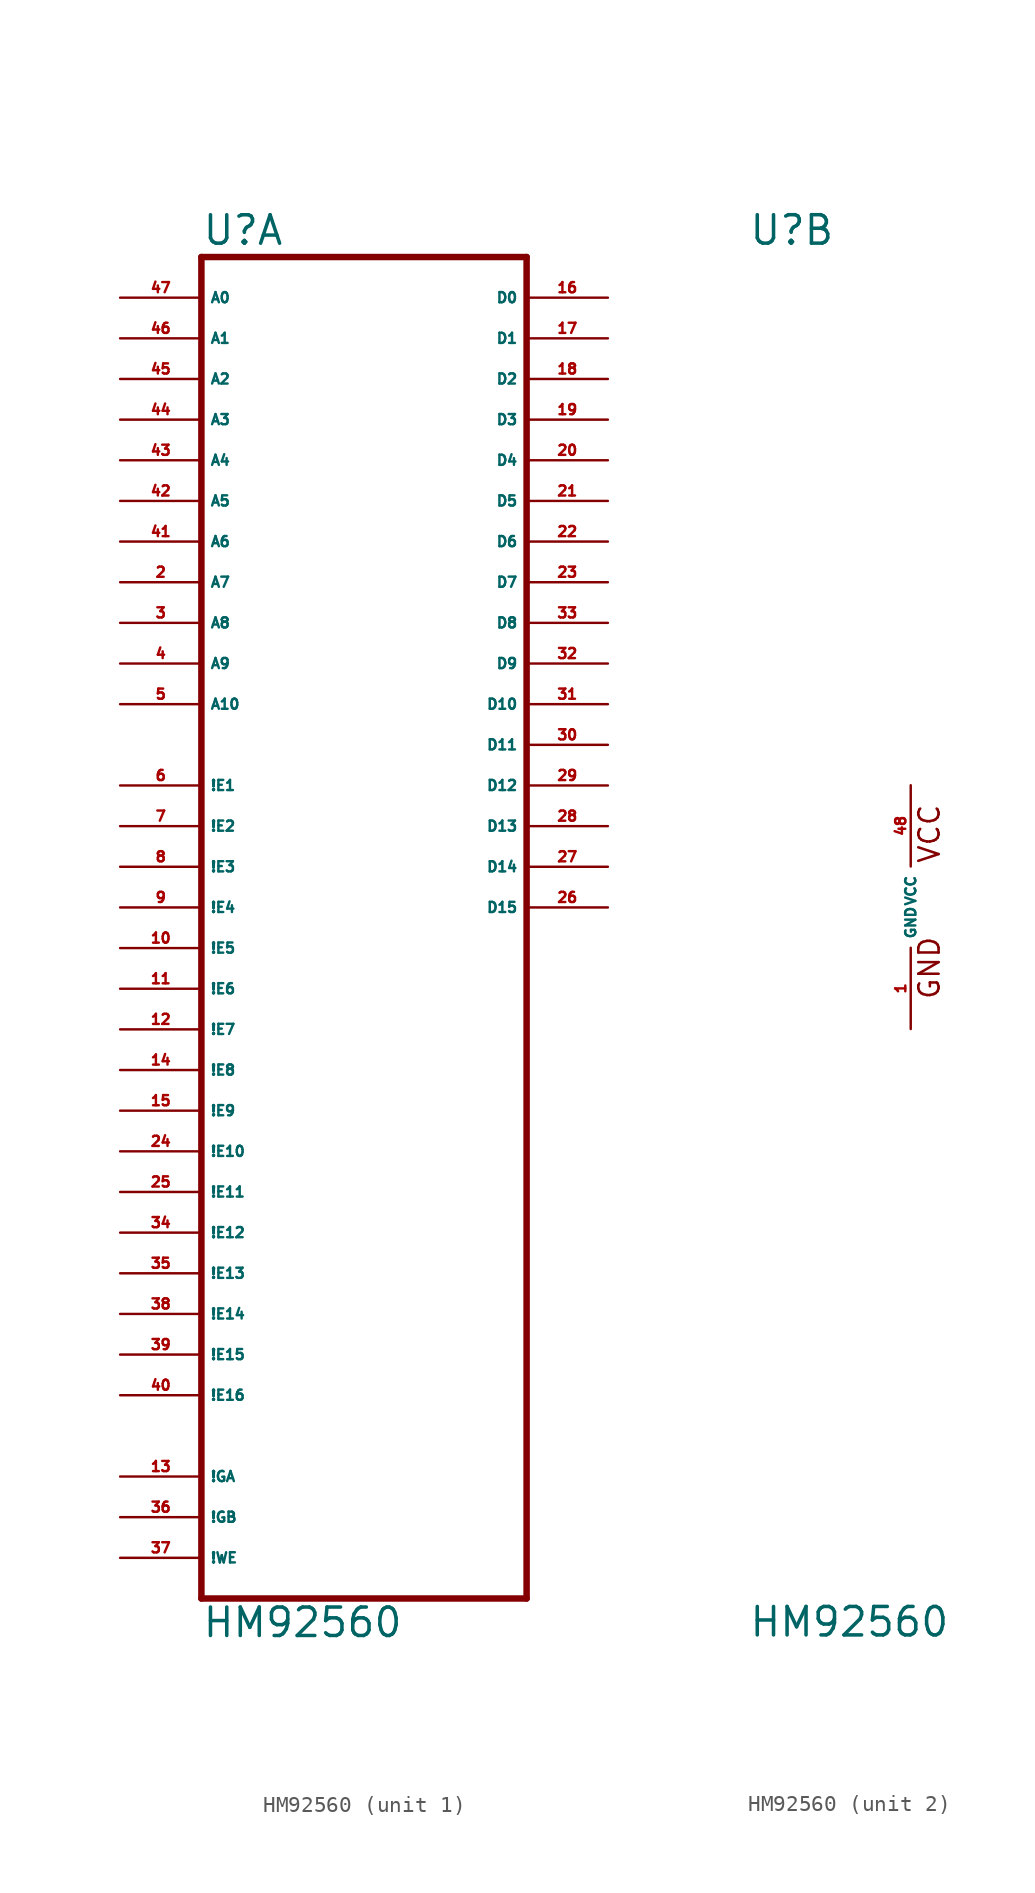
<source format=kicad_sym>
(kicad_symbol_lib
  (version 20220914)
  (generator Eagle2Kicad)
  (symbol "HM92560"
    (property "Reference" "U"
      (at -10.16 41.275 0)
      (effects (font (size 1.778 1.778) (thickness 0.22)) (justify left bottom)))
    (property "Value" "HM92560"
      (at -10.16 -45.72 0)
      (effects (font (size 1.778 1.778) (thickness 0.22)) (justify left bottom)))
    (symbol "HM92560_1_0"
      (polyline (pts (xy -10.16 -43.18) (xy 10.16 -43.18)) (stroke (width 0.406) (type default)) (fill (type none)))
      (polyline (pts (xy 10.16 -43.18) (xy 10.16 40.64)) (stroke (width 0.406) (type default)) (fill (type none)))
      (polyline (pts (xy 10.16 40.64) (xy -10.16 40.64)) (stroke (width 0.406) (type default)) (fill (type none)))
      (polyline (pts (xy -10.16 40.64) (xy -10.16 -43.18)) (stroke (width 0.406) (type default)) (fill (type none)))
      (pin input line (at -15.24 20.32 0) (length 5.08) (name "A7" (effects (font (size 0.635 0.635) (thickness 0.08)) (justify left bottom))) (number "2" (effects (font (size 0.635 0.635) (thickness 0.08)) (justify left bottom))))
      (pin input line (at -15.24 17.78 0) (length 5.08) (name "A8" (effects (font (size 0.635 0.635) (thickness 0.08)) (justify left bottom))) (number "3" (effects (font (size 0.635 0.635) (thickness 0.08)) (justify left bottom))))
      (pin input line (at -15.24 15.24 0) (length 5.08) (name "A9" (effects (font (size 0.635 0.635) (thickness 0.08)) (justify left bottom))) (number "4" (effects (font (size 0.635 0.635) (thickness 0.08)) (justify left bottom))))
      (pin input line (at -15.24 12.7 0) (length 5.08) (name "A10" (effects (font (size 0.635 0.635) (thickness 0.08)) (justify left bottom))) (number "5" (effects (font (size 0.635 0.635) (thickness 0.08)) (justify left bottom))))
      (pin input line (at -15.24 7.62 0) (length 5.08) (name "!E1" (effects (font (size 0.635 0.635) (thickness 0.08)) (justify left bottom))) (number "6" (effects (font (size 0.635 0.635) (thickness 0.08)) (justify left bottom))))
      (pin input line (at -15.24 5.08 0) (length 5.08) (name "!E2" (effects (font (size 0.635 0.635) (thickness 0.08)) (justify left bottom))) (number "7" (effects (font (size 0.635 0.635) (thickness 0.08)) (justify left bottom))))
      (pin input line (at -15.24 2.54 0) (length 5.08) (name "!E3" (effects (font (size 0.635 0.635) (thickness 0.08)) (justify left bottom))) (number "8" (effects (font (size 0.635 0.635) (thickness 0.08)) (justify left bottom))))
      (pin input line (at -15.24 0 0) (length 5.08) (name "!E4" (effects (font (size 0.635 0.635) (thickness 0.08)) (justify left bottom))) (number "9" (effects (font (size 0.635 0.635) (thickness 0.08)) (justify left bottom))))
      (pin input line (at -15.24 -2.54 0) (length 5.08) (name "!E5" (effects (font (size 0.635 0.635) (thickness 0.08)) (justify left bottom))) (number "10" (effects (font (size 0.635 0.635) (thickness 0.08)) (justify left bottom))))
      (pin input line (at -15.24 -5.08 0) (length 5.08) (name "!E6" (effects (font (size 0.635 0.635) (thickness 0.08)) (justify left bottom))) (number "11" (effects (font (size 0.635 0.635) (thickness 0.08)) (justify left bottom))))
      (pin input line (at -15.24 -7.62 0) (length 5.08) (name "!E7" (effects (font (size 0.635 0.635) (thickness 0.08)) (justify left bottom))) (number "12" (effects (font (size 0.635 0.635) (thickness 0.08)) (justify left bottom))))
      (pin input line (at -15.24 -35.56 0) (length 5.08) (name "!GA" (effects (font (size 0.635 0.635) (thickness 0.08)) (justify left bottom))) (number "13" (effects (font (size 0.635 0.635) (thickness 0.08)) (justify left bottom))))
      (pin input line (at -15.24 -10.16 0) (length 5.08) (name "!E8" (effects (font (size 0.635 0.635) (thickness 0.08)) (justify left bottom))) (number "14" (effects (font (size 0.635 0.635) (thickness 0.08)) (justify left bottom))))
      (pin input line (at -15.24 -12.7 0) (length 5.08) (name "!E9" (effects (font (size 0.635 0.635) (thickness 0.08)) (justify left bottom))) (number "15" (effects (font (size 0.635 0.635) (thickness 0.08)) (justify left bottom))))
      (pin bidirectional line (at 15.24 38.1 180) (length 5.08) (name "D0" (effects (font (size 0.635 0.635) (thickness 0.08)) (justify left bottom))) (number "16" (effects (font (size 0.635 0.635) (thickness 0.08)) (justify left bottom))))
      (pin bidirectional line (at 15.24 35.56 180) (length 5.08) (name "D1" (effects (font (size 0.635 0.635) (thickness 0.08)) (justify left bottom))) (number "17" (effects (font (size 0.635 0.635) (thickness 0.08)) (justify left bottom))))
      (pin bidirectional line (at 15.24 33.02 180) (length 5.08) (name "D2" (effects (font (size 0.635 0.635) (thickness 0.08)) (justify left bottom))) (number "18" (effects (font (size 0.635 0.635) (thickness 0.08)) (justify left bottom))))
      (pin bidirectional line (at 15.24 30.48 180) (length 5.08) (name "D3" (effects (font (size 0.635 0.635) (thickness 0.08)) (justify left bottom))) (number "19" (effects (font (size 0.635 0.635) (thickness 0.08)) (justify left bottom))))
      (pin bidirectional line (at 15.24 27.94 180) (length 5.08) (name "D4" (effects (font (size 0.635 0.635) (thickness 0.08)) (justify left bottom))) (number "20" (effects (font (size 0.635 0.635) (thickness 0.08)) (justify left bottom))))
      (pin bidirectional line (at 15.24 25.4 180) (length 5.08) (name "D5" (effects (font (size 0.635 0.635) (thickness 0.08)) (justify left bottom))) (number "21" (effects (font (size 0.635 0.635) (thickness 0.08)) (justify left bottom))))
      (pin bidirectional line (at 15.24 22.86 180) (length 5.08) (name "D6" (effects (font (size 0.635 0.635) (thickness 0.08)) (justify left bottom))) (number "22" (effects (font (size 0.635 0.635) (thickness 0.08)) (justify left bottom))))
      (pin bidirectional line (at 15.24 20.32 180) (length 5.08) (name "D7" (effects (font (size 0.635 0.635) (thickness 0.08)) (justify left bottom))) (number "23" (effects (font (size 0.635 0.635) (thickness 0.08)) (justify left bottom))))
      (pin input line (at -15.24 -15.24 0) (length 5.08) (name "!E10" (effects (font (size 0.635 0.635) (thickness 0.08)) (justify left bottom))) (number "24" (effects (font (size 0.635 0.635) (thickness 0.08)) (justify left bottom))))
      (pin input line (at -15.24 -17.78 0) (length 5.08) (name "!E11" (effects (font (size 0.635 0.635) (thickness 0.08)) (justify left bottom))) (number "25" (effects (font (size 0.635 0.635) (thickness 0.08)) (justify left bottom))))
      (pin bidirectional line (at 15.24 0 180) (length 5.08) (name "D15" (effects (font (size 0.635 0.635) (thickness 0.08)) (justify left bottom))) (number "26" (effects (font (size 0.635 0.635) (thickness 0.08)) (justify left bottom))))
      (pin bidirectional line (at 15.24 2.54 180) (length 5.08) (name "D14" (effects (font (size 0.635 0.635) (thickness 0.08)) (justify left bottom))) (number "27" (effects (font (size 0.635 0.635) (thickness 0.08)) (justify left bottom))))
      (pin bidirectional line (at 15.24 5.08 180) (length 5.08) (name "D13" (effects (font (size 0.635 0.635) (thickness 0.08)) (justify left bottom))) (number "28" (effects (font (size 0.635 0.635) (thickness 0.08)) (justify left bottom))))
      (pin bidirectional line (at 15.24 7.62 180) (length 5.08) (name "D12" (effects (font (size 0.635 0.635) (thickness 0.08)) (justify left bottom))) (number "29" (effects (font (size 0.635 0.635) (thickness 0.08)) (justify left bottom))))
      (pin bidirectional line (at 15.24 10.16 180) (length 5.08) (name "D11" (effects (font (size 0.635 0.635) (thickness 0.08)) (justify left bottom))) (number "30" (effects (font (size 0.635 0.635) (thickness 0.08)) (justify left bottom))))
      (pin bidirectional line (at 15.24 12.7 180) (length 5.08) (name "D10" (effects (font (size 0.635 0.635) (thickness 0.08)) (justify left bottom))) (number "31" (effects (font (size 0.635 0.635) (thickness 0.08)) (justify left bottom))))
      (pin bidirectional line (at 15.24 15.24 180) (length 5.08) (name "D9" (effects (font (size 0.635 0.635) (thickness 0.08)) (justify left bottom))) (number "32" (effects (font (size 0.635 0.635) (thickness 0.08)) (justify left bottom))))
      (pin bidirectional line (at 15.24 17.78 180) (length 5.08) (name "D8" (effects (font (size 0.635 0.635) (thickness 0.08)) (justify left bottom))) (number "33" (effects (font (size 0.635 0.635) (thickness 0.08)) (justify left bottom))))
      (pin input line (at -15.24 -20.32 0) (length 5.08) (name "!E12" (effects (font (size 0.635 0.635) (thickness 0.08)) (justify left bottom))) (number "34" (effects (font (size 0.635 0.635) (thickness 0.08)) (justify left bottom))))
      (pin input line (at -15.24 -22.86 0) (length 5.08) (name "!E13" (effects (font (size 0.635 0.635) (thickness 0.08)) (justify left bottom))) (number "35" (effects (font (size 0.635 0.635) (thickness 0.08)) (justify left bottom))))
      (pin input line (at -15.24 -38.1 0) (length 5.08) (name "!GB" (effects (font (size 0.635 0.635) (thickness 0.08)) (justify left bottom))) (number "36" (effects (font (size 0.635 0.635) (thickness 0.08)) (justify left bottom))))
      (pin input line (at -15.24 -40.64 0) (length 5.08) (name "!WE" (effects (font (size 0.635 0.635) (thickness 0.08)) (justify left bottom))) (number "37" (effects (font (size 0.635 0.635) (thickness 0.08)) (justify left bottom))))
      (pin input line (at -15.24 -25.4 0) (length 5.08) (name "!E14" (effects (font (size 0.635 0.635) (thickness 0.08)) (justify left bottom))) (number "38" (effects (font (size 0.635 0.635) (thickness 0.08)) (justify left bottom))))
      (pin input line (at -15.24 -27.94 0) (length 5.08) (name "!E15" (effects (font (size 0.635 0.635) (thickness 0.08)) (justify left bottom))) (number "39" (effects (font (size 0.635 0.635) (thickness 0.08)) (justify left bottom))))
      (pin input line (at -15.24 -30.48 0) (length 5.08) (name "!E16" (effects (font (size 0.635 0.635) (thickness 0.08)) (justify left bottom))) (number "40" (effects (font (size 0.635 0.635) (thickness 0.08)) (justify left bottom))))
      (pin input line (at -15.24 22.86 0) (length 5.08) (name "A6" (effects (font (size 0.635 0.635) (thickness 0.08)) (justify left bottom))) (number "41" (effects (font (size 0.635 0.635) (thickness 0.08)) (justify left bottom))))
      (pin input line (at -15.24 25.4 0) (length 5.08) (name "A5" (effects (font (size 0.635 0.635) (thickness 0.08)) (justify left bottom))) (number "42" (effects (font (size 0.635 0.635) (thickness 0.08)) (justify left bottom))))
      (pin input line (at -15.24 27.94 0) (length 5.08) (name "A4" (effects (font (size 0.635 0.635) (thickness 0.08)) (justify left bottom))) (number "43" (effects (font (size 0.635 0.635) (thickness 0.08)) (justify left bottom))))
      (pin input line (at -15.24 30.48 0) (length 5.08) (name "A3" (effects (font (size 0.635 0.635) (thickness 0.08)) (justify left bottom))) (number "44" (effects (font (size 0.635 0.635) (thickness 0.08)) (justify left bottom))))
      (pin input line (at -15.24 33.02 0) (length 5.08) (name "A2" (effects (font (size 0.635 0.635) (thickness 0.08)) (justify left bottom))) (number "45" (effects (font (size 0.635 0.635) (thickness 0.08)) (justify left bottom))))
      (pin input line (at -15.24 35.56 0) (length 5.08) (name "A1" (effects (font (size 0.635 0.635) (thickness 0.08)) (justify left bottom))) (number "46" (effects (font (size 0.635 0.635) (thickness 0.08)) (justify left bottom))))
      (pin input line (at -15.24 38.1 0) (length 5.08) (name "A0" (effects (font (size 0.635 0.635) (thickness 0.08)) (justify left bottom))) (number "47" (effects (font (size 0.635 0.635) (thickness 0.08)) (justify left bottom)))))
    (symbol "HM92560_2_0"
      (text "GND" (at 1.905 -5.842 900) (effects (font (size 1.27 1.27) (thickness 0.16)) (justify left bottom)))
      (text "VCC" (at 1.905 2.667 900) (effects (font (size 1.27 1.27) (thickness 0.16)) (justify left bottom)))
      (pin unspecified line (at 0 -7.62 90) (length 5.08) (name "GND" (effects (font (size 0.635 0.635) (thickness 0.08)) (justify left bottom))) (number "1" (effects (font (size 0.635 0.635) (thickness 0.08)) (justify left bottom))))
      (pin unspecified line (at 0 7.62 270) (length 5.08) (name "VCC" (effects (font (size 0.635 0.635) (thickness 0.08)) (justify left bottom))) (number "48" (effects (font (size 0.635 0.635) (thickness 0.08)) (justify left bottom)))))))
</source>
